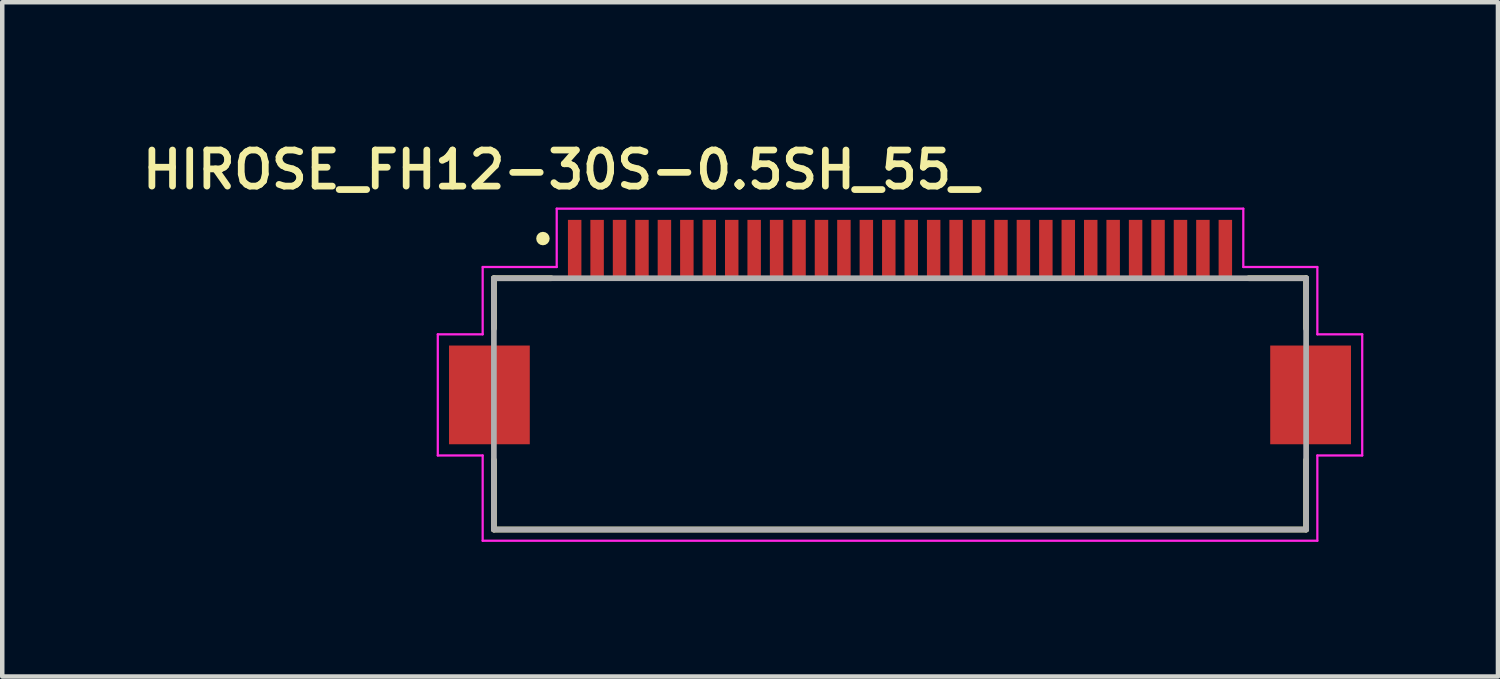
<source format=kicad_pcb>
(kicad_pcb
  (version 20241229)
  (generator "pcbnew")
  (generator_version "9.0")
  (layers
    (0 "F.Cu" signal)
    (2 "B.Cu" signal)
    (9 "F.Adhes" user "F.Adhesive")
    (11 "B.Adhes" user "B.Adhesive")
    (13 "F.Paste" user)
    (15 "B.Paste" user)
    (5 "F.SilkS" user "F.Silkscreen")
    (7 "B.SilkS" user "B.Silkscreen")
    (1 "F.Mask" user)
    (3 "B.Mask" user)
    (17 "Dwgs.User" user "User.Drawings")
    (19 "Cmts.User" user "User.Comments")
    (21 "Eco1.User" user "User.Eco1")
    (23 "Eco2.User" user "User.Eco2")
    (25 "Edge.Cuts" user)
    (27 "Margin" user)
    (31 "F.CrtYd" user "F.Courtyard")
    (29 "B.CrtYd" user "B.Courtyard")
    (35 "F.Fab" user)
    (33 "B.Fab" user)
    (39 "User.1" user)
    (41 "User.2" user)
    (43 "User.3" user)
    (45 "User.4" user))
  (footprint "HIROSE_FH12-30S-0.5SH_55_"
    (layer "F.Cu")
    (at 17.006 2.5)
    (property "Reference" "HIROSE_FH12-30S-0.5SH_55_" (at -7.559 -1.767 0) (layer "F.SilkS") (effects (font (size 0.804 0.804) (thickness 0.15))))
    (attr smd)
    (fp_line (start -9.05 0.65) (end -7.772 0.65) (stroke (width 0.127) (type solid)) (layer "F.SilkS"))
    (fp_line (start -9.05 1.773) (end -9.05 0.65) (stroke (width 0.127) (type solid)) (layer "F.SilkS"))
    (fp_line (start -9.05 4.7) (end -9.05 6.25) (stroke (width 0.127) (type solid)) (layer "F.SilkS"))
    (fp_line (start -9.05 6.25) (end 9.05 6.25) (stroke (width 0.127) (type solid)) (layer "F.SilkS"))
    (fp_line (start 9.05 0.65) (end 7.772 0.65) (stroke (width 0.127) (type solid)) (layer "F.SilkS"))
    (fp_line (start 9.05 1.773) (end 9.05 0.65) (stroke (width 0.127) (type solid)) (layer "F.SilkS"))
    (fp_line (start 9.05 6.25) (end 9.05 4.7) (stroke (width 0.127) (type solid)) (layer "F.SilkS"))
    (fp_circle (center -7.957 -0.234) (end -7.882 -0.234) (stroke (width 0.15) (type solid)) (fill no) (layer "F.SilkS"))
    (fp_poly (pts (xy -7.389 -0.65) (xy -7.125 -0.65) (xy -7.125 0.651) (xy -7.389 0.651)) (stroke (width 0.01) (type solid)) (fill yes) (layer "F.Paste"))
    (fp_poly (pts (xy -6.88 -0.65) (xy -6.625 -0.65) (xy -6.625 0.65) (xy -6.88 0.65)) (stroke (width 0.01) (type solid)) (fill yes) (layer "F.Paste"))
    (fp_poly (pts (xy -6.387 -0.65) (xy -6.125 -0.65) (xy -6.125 0.651) (xy -6.387 0.651)) (stroke (width 0.01) (type solid)) (fill yes) (layer "F.Paste"))
    (fp_poly (pts (xy -5.882 -0.65) (xy -5.625 -0.65) (xy -5.625 0.651) (xy -5.882 0.651)) (stroke (width 0.01) (type solid)) (fill yes) (layer "F.Paste"))
    (fp_poly (pts (xy -5.377 -0.65) (xy -5.125 -0.65) (xy -5.125 0.65) (xy -5.377 0.65)) (stroke (width 0.01) (type solid)) (fill yes) (layer "F.Paste"))
    (fp_poly (pts (xy -4.879 -0.65) (xy -4.625 -0.65) (xy -4.625 0.651) (xy -4.879 0.651)) (stroke (width 0.01) (type solid)) (fill yes) (layer "F.Paste"))
    (fp_poly (pts (xy -4.381 -0.65) (xy -4.125 -0.65) (xy -4.125 0.651) (xy -4.381 0.651)) (stroke (width 0.01) (type solid)) (fill yes) (layer "F.Paste"))
    (fp_poly (pts (xy -3.88 -0.65) (xy -3.625 -0.65) (xy -3.625 0.651) (xy -3.88 0.651)) (stroke (width 0.01) (type solid)) (fill yes) (layer "F.Paste"))
    (fp_poly (pts (xy -3.382 -0.65) (xy -3.125 -0.65) (xy -3.125 0.651) (xy -3.382 0.651)) (stroke (width 0.01) (type solid)) (fill yes) (layer "F.Paste"))
    (fp_poly (pts (xy -2.878 -0.65) (xy -2.625 -0.65) (xy -2.625 0.651) (xy -2.878 0.651)) (stroke (width 0.01) (type solid)) (fill yes) (layer "F.Paste"))
    (fp_poly (pts (xy -2.378 -0.65) (xy -2.125 -0.65) (xy -2.125 0.651) (xy -2.378 0.651)) (stroke (width 0.01) (type solid)) (fill yes) (layer "F.Paste"))
    (fp_poly (pts (xy -1.875 -0.65) (xy -1.625 -0.65) (xy -1.625 0.65) (xy -1.875 0.65)) (stroke (width 0.01) (type solid)) (fill yes) (layer "F.Paste"))
    (fp_poly (pts (xy -1.375 -0.65) (xy -1.125 -0.65) (xy -1.125 0.65) (xy -1.375 0.65)) (stroke (width 0.01) (type solid)) (fill yes) (layer "F.Paste"))
    (fp_poly (pts (xy -0.877 -0.65) (xy -0.625 -0.65) (xy -0.625 0.651) (xy -0.877 0.651)) (stroke (width 0.01) (type solid)) (fill yes) (layer "F.Paste"))
    (fp_poly (pts (xy -0.375 -0.65) (xy -0.125 -0.65) (xy -0.125 0.651) (xy -0.375 0.651)) (stroke (width 0.01) (type solid)) (fill yes) (layer "F.Paste"))
    (fp_poly (pts (xy 0.125 -0.65) (xy 0.375 -0.65) (xy 0.375 0.65) (xy 0.125 0.65)) (stroke (width 0.01) (type solid)) (fill yes) (layer "F.Paste"))
    (fp_poly (pts (xy 0.626 -0.65) (xy 0.875 -0.65) (xy 0.875 0.651) (xy 0.626 0.651)) (stroke (width 0.01) (type solid)) (fill yes) (layer "F.Paste"))
    (fp_poly (pts (xy 1.125 -0.65) (xy 1.375 -0.65) (xy 1.375 0.65) (xy 1.125 0.65)) (stroke (width 0.01) (type solid)) (fill yes) (layer "F.Paste"))
    (fp_poly (pts (xy 1.626 -0.65) (xy 1.875 -0.65) (xy 1.875 0.65) (xy 1.626 0.65)) (stroke (width 0.01) (type solid)) (fill yes) (layer "F.Paste"))
    (fp_poly (pts (xy 2.126 -0.65) (xy 2.375 -0.65) (xy 2.375 0.65) (xy 2.126 0.65)) (stroke (width 0.01) (type solid)) (fill yes) (layer "F.Paste"))
    (fp_poly (pts (xy 2.626 -0.65) (xy 2.875 -0.65) (xy 2.875 0.65) (xy 2.626 0.65)) (stroke (width 0.01) (type solid)) (fill yes) (layer "F.Paste"))
    (fp_poly (pts (xy 3.131 -0.65) (xy 3.375 -0.65) (xy 3.375 0.651) (xy 3.131 0.651)) (stroke (width 0.01) (type solid)) (fill yes) (layer "F.Paste"))
    (fp_poly (pts (xy 3.631 -0.65) (xy 3.875 -0.65) (xy 3.875 0.651) (xy 3.631 0.651)) (stroke (width 0.01) (type solid)) (fill yes) (layer "F.Paste"))
    (fp_poly (pts (xy 4.125 -0.65) (xy 4.375 -0.65) (xy 4.375 0.65) (xy 4.125 0.65)) (stroke (width 0.01) (type solid)) (fill yes) (layer "F.Paste"))
    (fp_poly (pts (xy 4.626 -0.65) (xy 4.875 -0.65) (xy 4.875 0.65) (xy 4.626 0.65)) (stroke (width 0.01) (type solid)) (fill yes) (layer "F.Paste"))
    (fp_poly (pts (xy 5.133 -0.65) (xy 5.375 -0.65) (xy 5.375 0.651) (xy 5.133 0.651)) (stroke (width 0.01) (type solid)) (fill yes) (layer "F.Paste"))
    (fp_poly (pts (xy 5.636 -0.65) (xy 5.875 -0.65) (xy 5.875 0.651) (xy 5.636 0.651)) (stroke (width 0.01) (type solid)) (fill yes) (layer "F.Paste"))
    (fp_poly (pts (xy 6.126 -0.65) (xy 6.375 -0.65) (xy 6.375 0.65) (xy 6.126 0.65)) (stroke (width 0.01) (type solid)) (fill yes) (layer "F.Paste"))
    (fp_poly (pts (xy 6.629 -0.65) (xy 6.875 -0.65) (xy 6.875 0.65) (xy 6.629 0.65)) (stroke (width 0.01) (type solid)) (fill yes) (layer "F.Paste"))
    (fp_poly (pts (xy 7.13 -0.65) (xy 7.375 -0.65) (xy 7.375 0.65) (xy 7.13 0.65)) (stroke (width 0.01) (type solid)) (fill yes) (layer "F.Paste"))
    (fp_line (start -10.3 1.9) (end -9.3 1.9) (stroke (width 0.05) (type solid)) (layer "F.CrtYd"))
    (fp_line (start -10.3 4.6) (end -10.3 1.9) (stroke (width 0.05) (type solid)) (layer "F.CrtYd"))
    (fp_line (start -9.3 0.4) (end -7.65 0.4) (stroke (width 0.05) (type solid)) (layer "F.CrtYd"))
    (fp_line (start -9.3 1.9) (end -9.3 0.4) (stroke (width 0.05) (type solid)) (layer "F.CrtYd"))
    (fp_line (start -9.3 4.6) (end -10.3 4.6) (stroke (width 0.05) (type solid)) (layer "F.CrtYd"))
    (fp_line (start -9.3 6.5) (end -9.3 4.6) (stroke (width 0.05) (type solid)) (layer "F.CrtYd"))
    (fp_line (start -7.65 -0.9) (end 7.65 -0.9) (stroke (width 0.05) (type solid)) (layer "F.CrtYd"))
    (fp_line (start -7.65 0.4) (end -7.65 -0.9) (stroke (width 0.05) (type solid)) (layer "F.CrtYd"))
    (fp_line (start 7.65 -0.9) (end 7.65 0.4) (stroke (width 0.05) (type solid)) (layer "F.CrtYd"))
    (fp_line (start 7.65 0.4) (end 9.3 0.4) (stroke (width 0.05) (type solid)) (layer "F.CrtYd"))
    (fp_line (start 9.3 0.4) (end 9.3 1.9) (stroke (width 0.05) (type solid)) (layer "F.CrtYd"))
    (fp_line (start 9.3 1.9) (end 10.3 1.9) (stroke (width 0.05) (type solid)) (layer "F.CrtYd"))
    (fp_line (start 9.3 4.6) (end 9.3 6.5) (stroke (width 0.05) (type solid)) (layer "F.CrtYd"))
    (fp_line (start 9.3 6.5) (end -9.3 6.5) (stroke (width 0.05) (type solid)) (layer "F.CrtYd"))
    (fp_line (start 10.3 1.9) (end 10.3 4.6) (stroke (width 0.05) (type solid)) (layer "F.CrtYd"))
    (fp_line (start 10.3 4.6) (end 9.3 4.6) (stroke (width 0.05) (type solid)) (layer "F.CrtYd"))
    (fp_line (start -9.05 0.65) (end -9.05 6.25) (stroke (width 0.127) (type solid)) (layer "F.Fab"))
    (fp_line (start -9.05 6.25) (end 9.05 6.25) (stroke (width 0.127) (type solid)) (layer "F.Fab"))
    (fp_line (start 9.05 0.65) (end -9.05 0.65) (stroke (width 0.127) (type solid)) (layer "F.Fab"))
    (fp_line (start 9.05 6.25) (end 9.05 0.65) (stroke (width 0.127) (type solid)) (layer "F.Fab"))
    (pad "1" smd rect (at -7.25 0) (size 0.3 1.3) (layers "F.Cu" "F.Mask"))
    (pad "2" smd rect (at -6.75 0) (size 0.3 1.3) (layers "F.Cu" "F.Mask"))
    (pad "3" smd rect (at -6.25 0) (size 0.3 1.3) (layers "F.Cu" "F.Mask"))
    (pad "4" smd rect (at -5.75 0) (size 0.3 1.3) (layers "F.Cu" "F.Mask"))
    (pad "5" smd rect (at -5.25 0) (size 0.3 1.3) (layers "F.Cu" "F.Mask"))
    (pad "6" smd rect (at -4.75 0) (size 0.3 1.3) (layers "F.Cu" "F.Mask"))
    (pad "7" smd rect (at -4.25 0) (size 0.3 1.3) (layers "F.Cu" "F.Mask"))
    (pad "8" smd rect (at -3.75 0) (size 0.3 1.3) (layers "F.Cu" "F.Mask"))
    (pad "9" smd rect (at -3.25 0) (size 0.3 1.3) (layers "F.Cu" "F.Mask"))
    (pad "10" smd rect (at -2.75 0) (size 0.3 1.3) (layers "F.Cu" "F.Mask"))
    (pad "11" smd rect (at -2.25 0) (size 0.3 1.3) (layers "F.Cu" "F.Mask"))
    (pad "12" smd rect (at -1.75 0) (size 0.3 1.3) (layers "F.Cu" "F.Mask"))
    (pad "13" smd rect (at -1.25 0) (size 0.3 1.3) (layers "F.Cu" "F.Mask"))
    (pad "14" smd rect (at -0.75 0) (size 0.3 1.3) (layers "F.Cu" "F.Mask"))
    (pad "15" smd rect (at -0.25 0) (size 0.3 1.3) (layers "F.Cu" "F.Mask"))
    (pad "16" smd rect (at 0.25 0) (size 0.3 1.3) (layers "F.Cu" "F.Mask"))
    (pad "17" smd rect (at 0.75 0) (size 0.3 1.3) (layers "F.Cu" "F.Mask"))
    (pad "18" smd rect (at 1.25 0) (size 0.3 1.3) (layers "F.Cu" "F.Mask"))
    (pad "19" smd rect (at 1.75 0) (size 0.3 1.3) (layers "F.Cu" "F.Mask"))
    (pad "20" smd rect (at 2.25 0) (size 0.3 1.3) (layers "F.Cu" "F.Mask"))
    (pad "21" smd rect (at 2.75 0) (size 0.3 1.3) (layers "F.Cu" "F.Mask"))
    (pad "22" smd rect (at 3.25 0) (size 0.3 1.3) (layers "F.Cu" "F.Mask"))
    (pad "23" smd rect (at 3.75 0) (size 0.3 1.3) (layers "F.Cu" "F.Mask"))
    (pad "24" smd rect (at 4.25 0) (size 0.3 1.3) (layers "F.Cu" "F.Mask"))
    (pad "25" smd rect (at 4.75 0) (size 0.3 1.3) (layers "F.Cu" "F.Mask"))
    (pad "26" smd rect (at 5.25 0) (size 0.3 1.3) (layers "F.Cu" "F.Mask"))
    (pad "27" smd rect (at 5.75 0) (size 0.3 1.3) (layers "F.Cu" "F.Mask"))
    (pad "28" smd rect (at 6.25 0) (size 0.3 1.3) (layers "F.Cu" "F.Mask"))
    (pad "29" smd rect (at 6.75 0) (size 0.3 1.3) (layers "F.Cu" "F.Mask"))
    (pad "30" smd rect (at 7.25 0) (size 0.3 1.3) (layers "F.Cu" "F.Mask"))
    (pad "S1" smd rect (at -9.15 3.25) (size 1.8 2.2) (layers "F.Cu" "F.Mask" "F.Paste"))
    (pad "S2" smd rect (at 9.15 3.25) (size 1.8 2.2) (layers "F.Cu" "F.Mask" "F.Paste")))
  (gr_rect
    (start -3 -3)
    (end 30.331 12.025)
    (stroke (width 0.1) (type default))
    (fill no)
    (layer "Edge.Cuts")))
</source>
